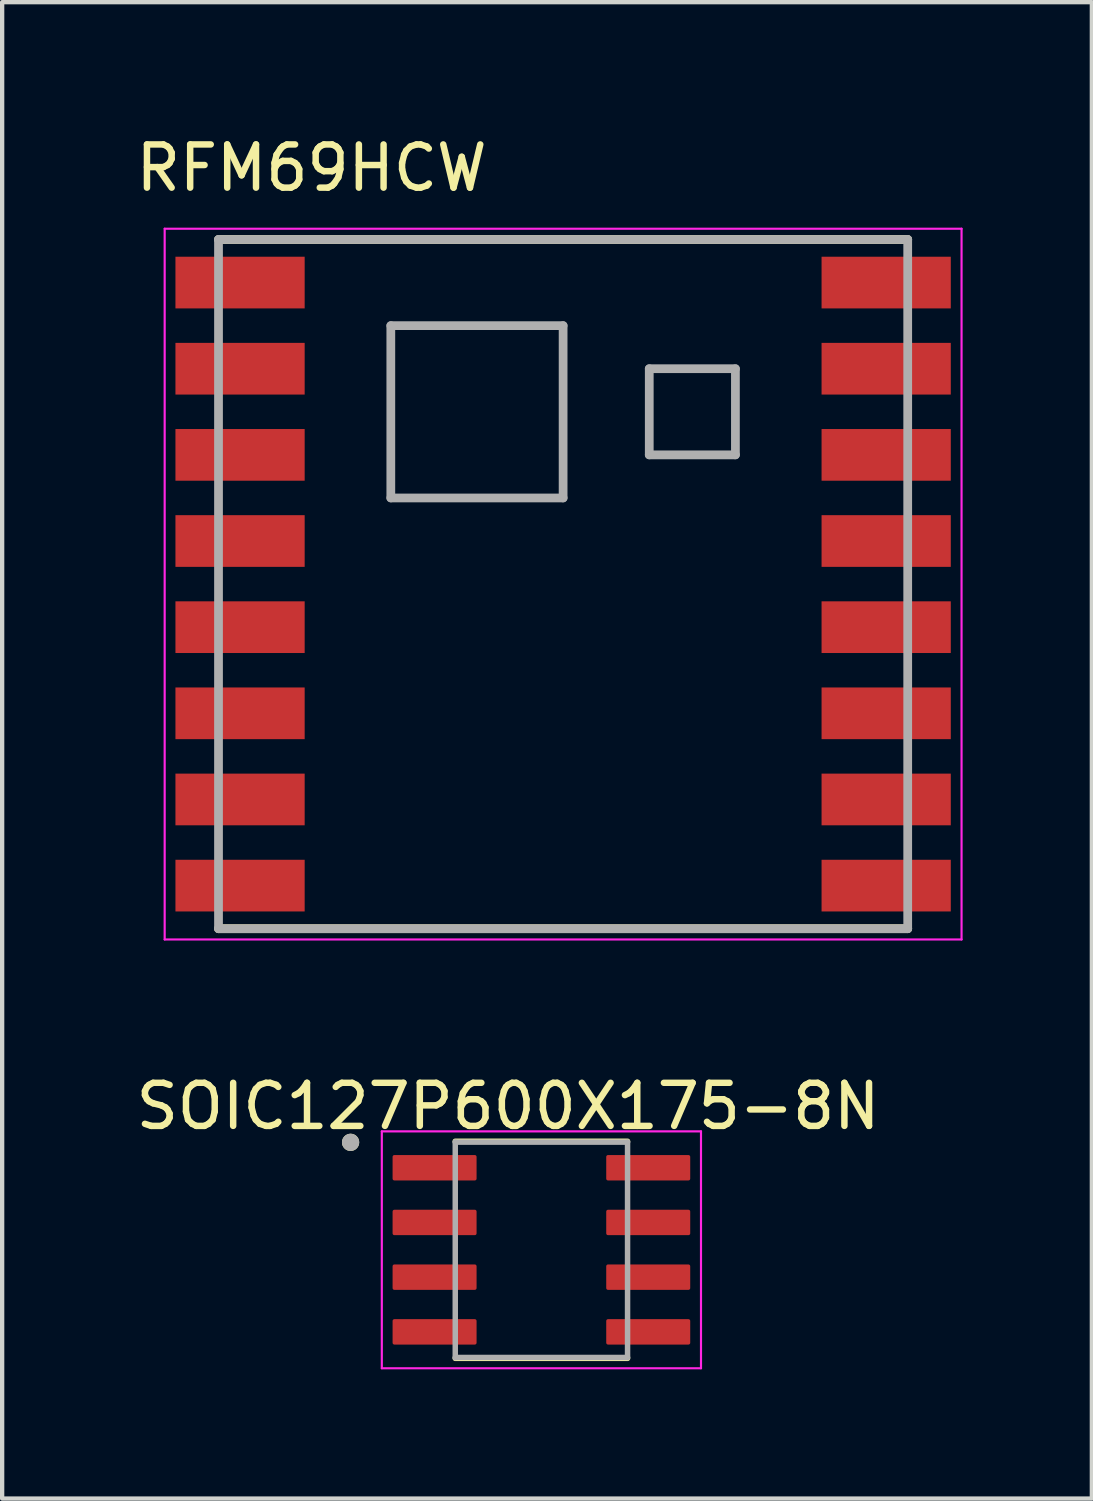
<source format=kicad_pcb>
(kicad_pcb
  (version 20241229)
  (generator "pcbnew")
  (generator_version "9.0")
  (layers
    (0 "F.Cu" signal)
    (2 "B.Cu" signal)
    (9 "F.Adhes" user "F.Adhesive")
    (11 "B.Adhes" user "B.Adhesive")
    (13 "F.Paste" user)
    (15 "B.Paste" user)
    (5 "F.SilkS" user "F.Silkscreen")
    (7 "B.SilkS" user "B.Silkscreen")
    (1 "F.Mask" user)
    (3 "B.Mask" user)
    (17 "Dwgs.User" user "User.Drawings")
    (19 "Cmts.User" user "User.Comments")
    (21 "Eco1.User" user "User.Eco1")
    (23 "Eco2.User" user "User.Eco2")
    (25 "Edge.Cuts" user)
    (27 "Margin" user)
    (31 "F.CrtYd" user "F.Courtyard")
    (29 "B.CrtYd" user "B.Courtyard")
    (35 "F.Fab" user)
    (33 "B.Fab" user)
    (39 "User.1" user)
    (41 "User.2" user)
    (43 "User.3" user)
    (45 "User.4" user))
  (footprint "SOIC127P600X175-8N"
    (layer "F.Cu")
    (at 9.519 25.965)
    (property "Reference" "SOIC127P600X175-8N" (at -0.775 -3.332 0) (layer "F.SilkS") (effects (font (size 1 1) (thickness 0.15))))
    (attr through_hole)
    (fp_line (start -2 -2.52) (end 2 -2.52) (stroke (width 0.127) (type solid)) (layer "F.SilkS"))
    (fp_line (start -2 2.52) (end 2 2.52) (stroke (width 0.127) (type solid)) (layer "F.SilkS"))
    (fp_circle (center -4.43 -2.495) (end -4.33 -2.495) (stroke (width 0.2) (type solid)) (fill no) (layer "F.SilkS"))
    (fp_line (start -3.705 -2.75) (end -3.705 2.75) (stroke (width 0.05) (type solid)) (layer "F.CrtYd"))
    (fp_line (start -3.705 -2.75) (end 3.705 -2.75) (stroke (width 0.05) (type solid)) (layer "F.CrtYd"))
    (fp_line (start -3.705 2.75) (end 3.705 2.75) (stroke (width 0.05) (type solid)) (layer "F.CrtYd"))
    (fp_line (start 3.705 -2.75) (end 3.705 2.75) (stroke (width 0.05) (type solid)) (layer "F.CrtYd"))
    (fp_line (start -2 -2.5) (end -2 2.5) (stroke (width 0.127) (type solid)) (layer "F.Fab"))
    (fp_line (start -2 -2.5) (end 2 -2.5) (stroke (width 0.127) (type solid)) (layer "F.Fab"))
    (fp_line (start -2 2.5) (end 2 2.5) (stroke (width 0.127) (type solid)) (layer "F.Fab"))
    (fp_line (start 2 -2.5) (end 2 2.5) (stroke (width 0.127) (type solid)) (layer "F.Fab"))
    (fp_circle (center -4.43 -2.495) (end -4.33 -2.495) (stroke (width 0.2) (type solid)) (fill no) (layer "F.Fab"))
    (pad "1" smd roundrect (at -2.48 -1.905) (size 1.95 0.59) (layers "F.Cu" "F.Mask" "F.Paste") (roundrect_rratio 0.07))
    (pad "2" smd roundrect (at -2.48 -0.635) (size 1.95 0.59) (layers "F.Cu" "F.Mask" "F.Paste") (roundrect_rratio 0.07))
    (pad "3" smd roundrect (at -2.48 0.635) (size 1.95 0.59) (layers "F.Cu" "F.Mask" "F.Paste") (roundrect_rratio 0.07))
    (pad "4" smd roundrect (at -2.48 1.905) (size 1.95 0.59) (layers "F.Cu" "F.Mask" "F.Paste") (roundrect_rratio 0.07))
    (pad "5" smd roundrect (at 2.48 1.905) (size 1.95 0.59) (layers "F.Cu" "F.Mask" "F.Paste") (roundrect_rratio 0.07))
    (pad "6" smd roundrect (at 2.48 0.635) (size 1.95 0.59) (layers "F.Cu" "F.Mask" "F.Paste") (roundrect_rratio 0.07))
    (pad "7" smd roundrect (at 2.48 -0.635) (size 1.95 0.59) (layers "F.Cu" "F.Mask" "F.Paste") (roundrect_rratio 0.07))
    (pad "8" smd roundrect (at 2.48 -1.905) (size 1.95 0.59) (layers "F.Cu" "F.Mask" "F.Paste") (roundrect_rratio 0.07)))
  (footprint "RFM69HCW"
    (layer "F.Cu")
    (at 10.023 10.51)
    (property "Reference" "RFM69HCW" (at -5.84 -9.66 0) (layer "F.SilkS") (effects (font (size 1.003 1.003) (thickness 0.15))))
    (attr through_hole)
    (fp_line (start -8 -8) (end 8 -8) (stroke (width 0.203) (type solid)) (layer "F.SilkS"))
    (fp_line (start 8 8) (end -8 8) (stroke (width 0.203) (type solid)) (layer "F.SilkS"))
    (fp_line (start -9.25 -8.25) (end -9.25 8.25) (stroke (width 0.05) (type solid)) (layer "F.CrtYd"))
    (fp_line (start -9.25 8.25) (end 9.25 8.25) (stroke (width 0.05) (type solid)) (layer "F.CrtYd"))
    (fp_line (start 9.25 -8.25) (end -9.25 -8.25) (stroke (width 0.05) (type solid)) (layer "F.CrtYd"))
    (fp_line (start 9.25 8.25) (end 9.25 -8.25) (stroke (width 0.05) (type solid)) (layer "F.CrtYd"))
    (fp_line (start -8 -8) (end 8 -8) (stroke (width 0.203) (type solid)) (layer "F.Fab"))
    (fp_line (start -8 8) (end -8 -8) (stroke (width 0.203) (type solid)) (layer "F.Fab"))
    (fp_line (start -4 -6) (end -4 -2) (stroke (width 0.203) (type solid)) (layer "F.Fab"))
    (fp_line (start -4 -2) (end 0 -2) (stroke (width 0.203) (type solid)) (layer "F.Fab"))
    (fp_line (start 0 -6) (end -4 -6) (stroke (width 0.203) (type solid)) (layer "F.Fab"))
    (fp_line (start 0 -2) (end 0 -6) (stroke (width 0.203) (type solid)) (layer "F.Fab"))
    (fp_line (start 2 -3) (end 2 -5) (stroke (width 0.203) (type solid)) (layer "F.Fab"))
    (fp_line (start 4 -5) (end 2 -5) (stroke (width 0.203) (type solid)) (layer "F.Fab"))
    (fp_line (start 4 -3) (end 2 -3) (stroke (width 0.203) (type solid)) (layer "F.Fab"))
    (fp_line (start 4 -3) (end 4 -5) (stroke (width 0.203) (type solid)) (layer "F.Fab"))
    (fp_line (start 8 -8) (end 8 8) (stroke (width 0.203) (type solid)) (layer "F.Fab"))
    (fp_line (start 8 8) (end -8 8) (stroke (width 0.203) (type solid)) (layer "F.Fab"))
    (pad "1" smd rect (at -7.5 -7) (size 3 1.2) (layers "F.Cu" "F.Mask" "F.Paste"))
    (pad "2" smd rect (at -7.5 -5) (size 3 1.2) (layers "F.Cu" "F.Mask" "F.Paste"))
    (pad "3" smd rect (at -7.5 -3) (size 3 1.2) (layers "F.Cu" "F.Mask" "F.Paste"))
    (pad "4" smd rect (at -7.5 -1) (size 3 1.2) (layers "F.Cu" "F.Mask" "F.Paste"))
    (pad "5" smd rect (at -7.5 1) (size 3 1.2) (layers "F.Cu" "F.Mask" "F.Paste"))
    (pad "6" smd rect (at -7.5 3) (size 3 1.2) (layers "F.Cu" "F.Mask" "F.Paste"))
    (pad "7" smd rect (at -7.5 5) (size 3 1.2) (layers "F.Cu" "F.Mask" "F.Paste"))
    (pad "8" smd rect (at -7.5 7) (size 3 1.2) (layers "F.Cu" "F.Mask" "F.Paste"))
    (pad "9" smd rect (at 7.5 7) (size 3 1.2) (layers "F.Cu" "F.Mask" "F.Paste"))
    (pad "10" smd rect (at 7.5 5) (size 3 1.2) (layers "F.Cu" "F.Mask" "F.Paste"))
    (pad "11" smd rect (at 7.5 3) (size 3 1.2) (layers "F.Cu" "F.Mask" "F.Paste"))
    (pad "12" smd rect (at 7.5 1) (size 3 1.2) (layers "F.Cu" "F.Mask" "F.Paste"))
    (pad "13" smd rect (at 7.5 -1) (size 3 1.2) (layers "F.Cu" "F.Mask" "F.Paste"))
    (pad "14" smd rect (at 7.5 -3) (size 3 1.2) (layers "F.Cu" "F.Mask" "F.Paste"))
    (pad "15" smd rect (at 7.5 -5) (size 3 1.2) (layers "F.Cu" "F.Mask" "F.Paste"))
    (pad "16" smd rect (at 7.5 -7) (size 3 1.2) (layers "F.Cu" "F.Mask" "F.Paste")))
  (gr_rect
    (start -3 -3)
    (end 22.298 31.74)
    (stroke (width 0.1) (type default))
    (fill no)
    (layer "Edge.Cuts")))
</source>
